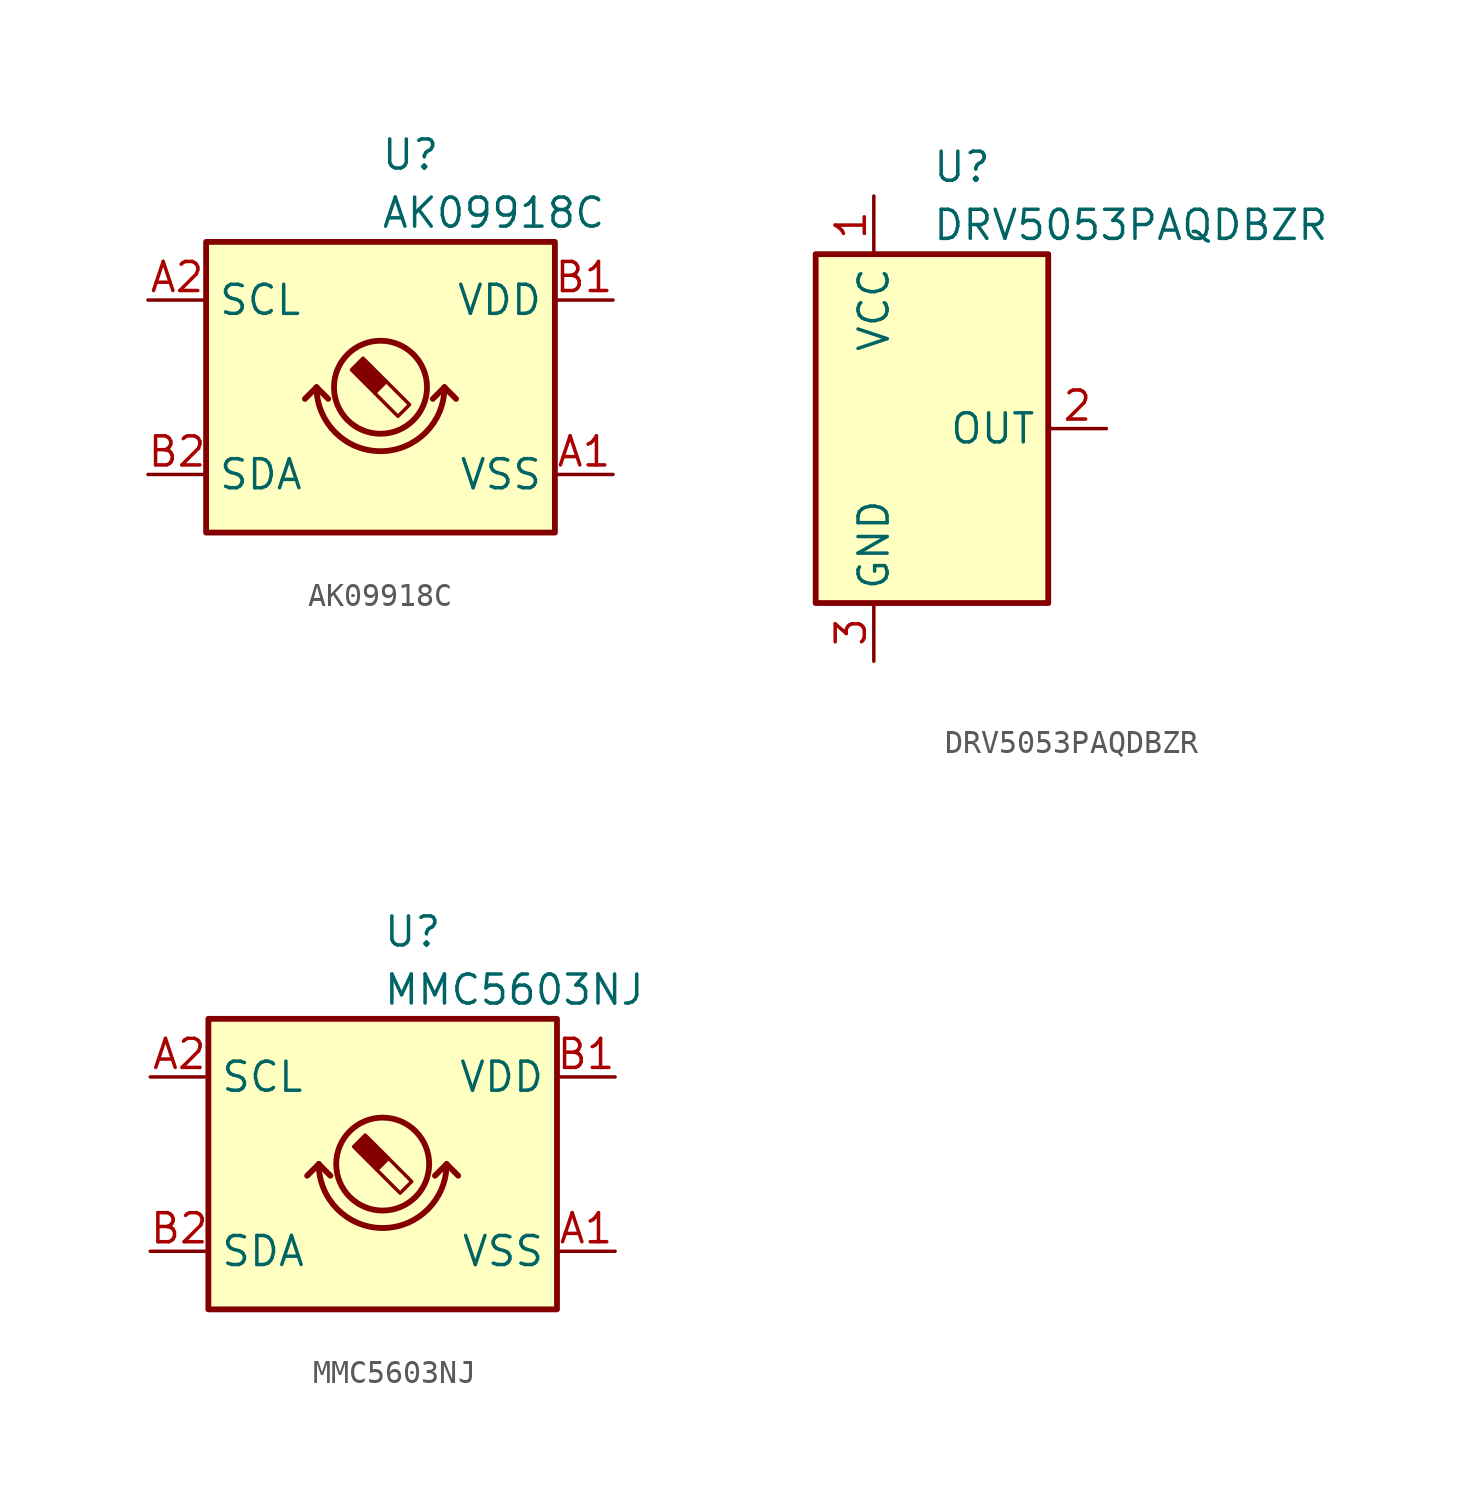
<source format=kicad_sym>
(kicad_symbol_lib
  (version 20220914)
  (generator kicad_symbol_editor)
  (symbol "AK09918C"
    (property "Reference" "U"
      (at 7.62 3.81 0)
      (effects (font (size 1.27 1.27)) (justify left)))
    (property "Value" "AK09918C"
      (at 7.62 1.27 0)
      (effects (font (size 1.27 1.27)) (justify left)))
    (symbol "AK09918C_0_1"
      (polyline (pts (xy 4.826 -6.35) (xy 4.318 -6.858)) (stroke (width 0.254) (type default)) (fill (type none)))
      (polyline (pts (xy 4.826 -6.35) (xy 5.334 -6.858)) (stroke (width 0.254) (type default)) (fill (type none)))
      (polyline (pts (xy 10.414 -6.35) (xy 9.906 -6.858)) (stroke (width 0.254) (type default)) (fill (type none)))
      (polyline (pts (xy 10.414 -6.35) (xy 10.922 -6.858)) (stroke (width 0.254) (type default)) (fill (type none)))
      (rectangle (start 0 0) (end 15.24 -12.7) (stroke (width 0.254) (type default)) (fill (type background)))
      (arc (start 4.826 -6.35) (mid 7.62 -9.1319) (end 10.414 -6.35) (stroke (width 0.254) (type default)) (fill (type none))))
    (symbol "AK09918C_1_1"
      (polyline (pts (xy 7.874 -6.096) (xy 8.89 -7.112) (xy 8.382 -7.62) (xy 7.366 -6.604)) (stroke (width 0) (type default)) (fill (type none)))
      (polyline (pts (xy 6.858 -5.08) (xy 7.874 -6.096) (xy 7.366 -6.604) (xy 6.35 -5.588) (xy 6.604 -5.334) (xy 6.858 -5.08) (xy 6.985 -5.207)) (stroke (width 0) (type default)) (fill (type outline)))
      (circle (center 7.62 -6.35) (radius 2.032) (stroke (width 0.254) (type default)) (fill (type none)))
      (pin power_in line (at 17.78 -10.16 180) (length 2.54) (name "VSS" (effects (font (size 1.27 1.27)))) (number "A1" (effects (font (size 1.27 1.27)))))
      (pin input line (at -2.54 -2.54 0) (length 2.54) (name "SCL" (effects (font (size 1.27 1.27)))) (number "A2" (effects (font (size 1.27 1.27)))))
      (pin power_in line (at 17.78 -2.54 180) (length 2.54) (name "VDD" (effects (font (size 1.27 1.27)))) (number "B1" (effects (font (size 1.27 1.27)))))
      (pin bidirectional line (at -2.54 -10.16 0) (length 2.54) (name "SDA" (effects (font (size 1.27 1.27)))) (number "B2" (effects (font (size 1.27 1.27)))))))
  (symbol "DRV5053PAQDBZR"
    (property "Reference" "U"
      (at 5.08 3.81 0)
      (effects (font (size 1.27 1.27)) (justify left)))
    (property "Value" "DRV5053PAQDBZR"
      (at 5.08 1.27 0)
      (effects (font (size 1.27 1.27)) (justify left)))
    (symbol "DRV5053PAQDBZR_1_1"
      (rectangle (start 0 0) (end 10.16 -15.24) (stroke (width 0.254) (type default)) (fill (type background)))
      (pin power_in line (at 2.54 2.54 270) (length 2.54) (name "VCC" (effects (font (size 1.27 1.27)))) (number "1" (effects (font (size 1.27 1.27)))))
      (pin output line (at 12.7 -7.62 180) (length 2.54) (name "OUT" (effects (font (size 1.27 1.27)))) (number "2" (effects (font (size 1.27 1.27)))))
      (pin power_in line (at 2.54 -17.78 90) (length 2.54) (name "GND" (effects (font (size 1.27 1.27)))) (number "3" (effects (font (size 1.27 1.27)))))))
  (symbol "MMC5603NJ"
    (property "Reference" "U"
      (at 7.62 3.81 0)
      (effects (font (size 1.27 1.27)) (justify left)))
    (property "Value" "MMC5603NJ"
      (at 7.62 1.27 0)
      (effects (font (size 1.27 1.27)) (justify left)))
    (symbol "MMC5603NJ_0_1"
      (polyline (pts (xy 4.826 -6.35) (xy 4.318 -6.858)) (stroke (width 0.254) (type default)) (fill (type none)))
      (polyline (pts (xy 4.826 -6.35) (xy 5.334 -6.858)) (stroke (width 0.254) (type default)) (fill (type none)))
      (polyline (pts (xy 10.414 -6.35) (xy 9.906 -6.858)) (stroke (width 0.254) (type default)) (fill (type none)))
      (polyline (pts (xy 10.414 -6.35) (xy 10.922 -6.858)) (stroke (width 0.254) (type default)) (fill (type none)))
      (rectangle (start 0 0) (end 15.24 -12.7) (stroke (width 0.254) (type default)) (fill (type background)))
      (arc (start 4.826 -6.35) (mid 7.62 -9.1319) (end 10.414 -6.35) (stroke (width 0.254) (type default)) (fill (type none))))
    (symbol "MMC5603NJ_1_1"
      (polyline (pts (xy 7.874 -6.096) (xy 8.89 -7.112) (xy 8.382 -7.62) (xy 7.366 -6.604)) (stroke (width 0) (type default)) (fill (type none)))
      (polyline (pts (xy 6.858 -5.08) (xy 7.874 -6.096) (xy 7.366 -6.604) (xy 6.35 -5.588) (xy 6.604 -5.334) (xy 6.858 -5.08) (xy 6.985 -5.207)) (stroke (width 0) (type default)) (fill (type outline)))
      (circle (center 7.62 -6.35) (radius 2.032) (stroke (width 0.254) (type default)) (fill (type none)))
      (pin power_in line (at 17.78 -10.16 180) (length 2.54) (name "VSS" (effects (font (size 1.27 1.27)))) (number "A1" (effects (font (size 1.27 1.27)))))
      (pin input line (at -2.54 -2.54 0) (length 2.54) (name "SCL" (effects (font (size 1.27 1.27)))) (number "A2" (effects (font (size 1.27 1.27)))))
      (pin power_in line (at 17.78 -2.54 180) (length 2.54) (name "VDD" (effects (font (size 1.27 1.27)))) (number "B1" (effects (font (size 1.27 1.27)))))
      (pin bidirectional line (at -2.54 -10.16 0) (length 2.54) (name "SDA" (effects (font (size 1.27 1.27)))) (number "B2" (effects (font (size 1.27 1.27))))))))
</source>
